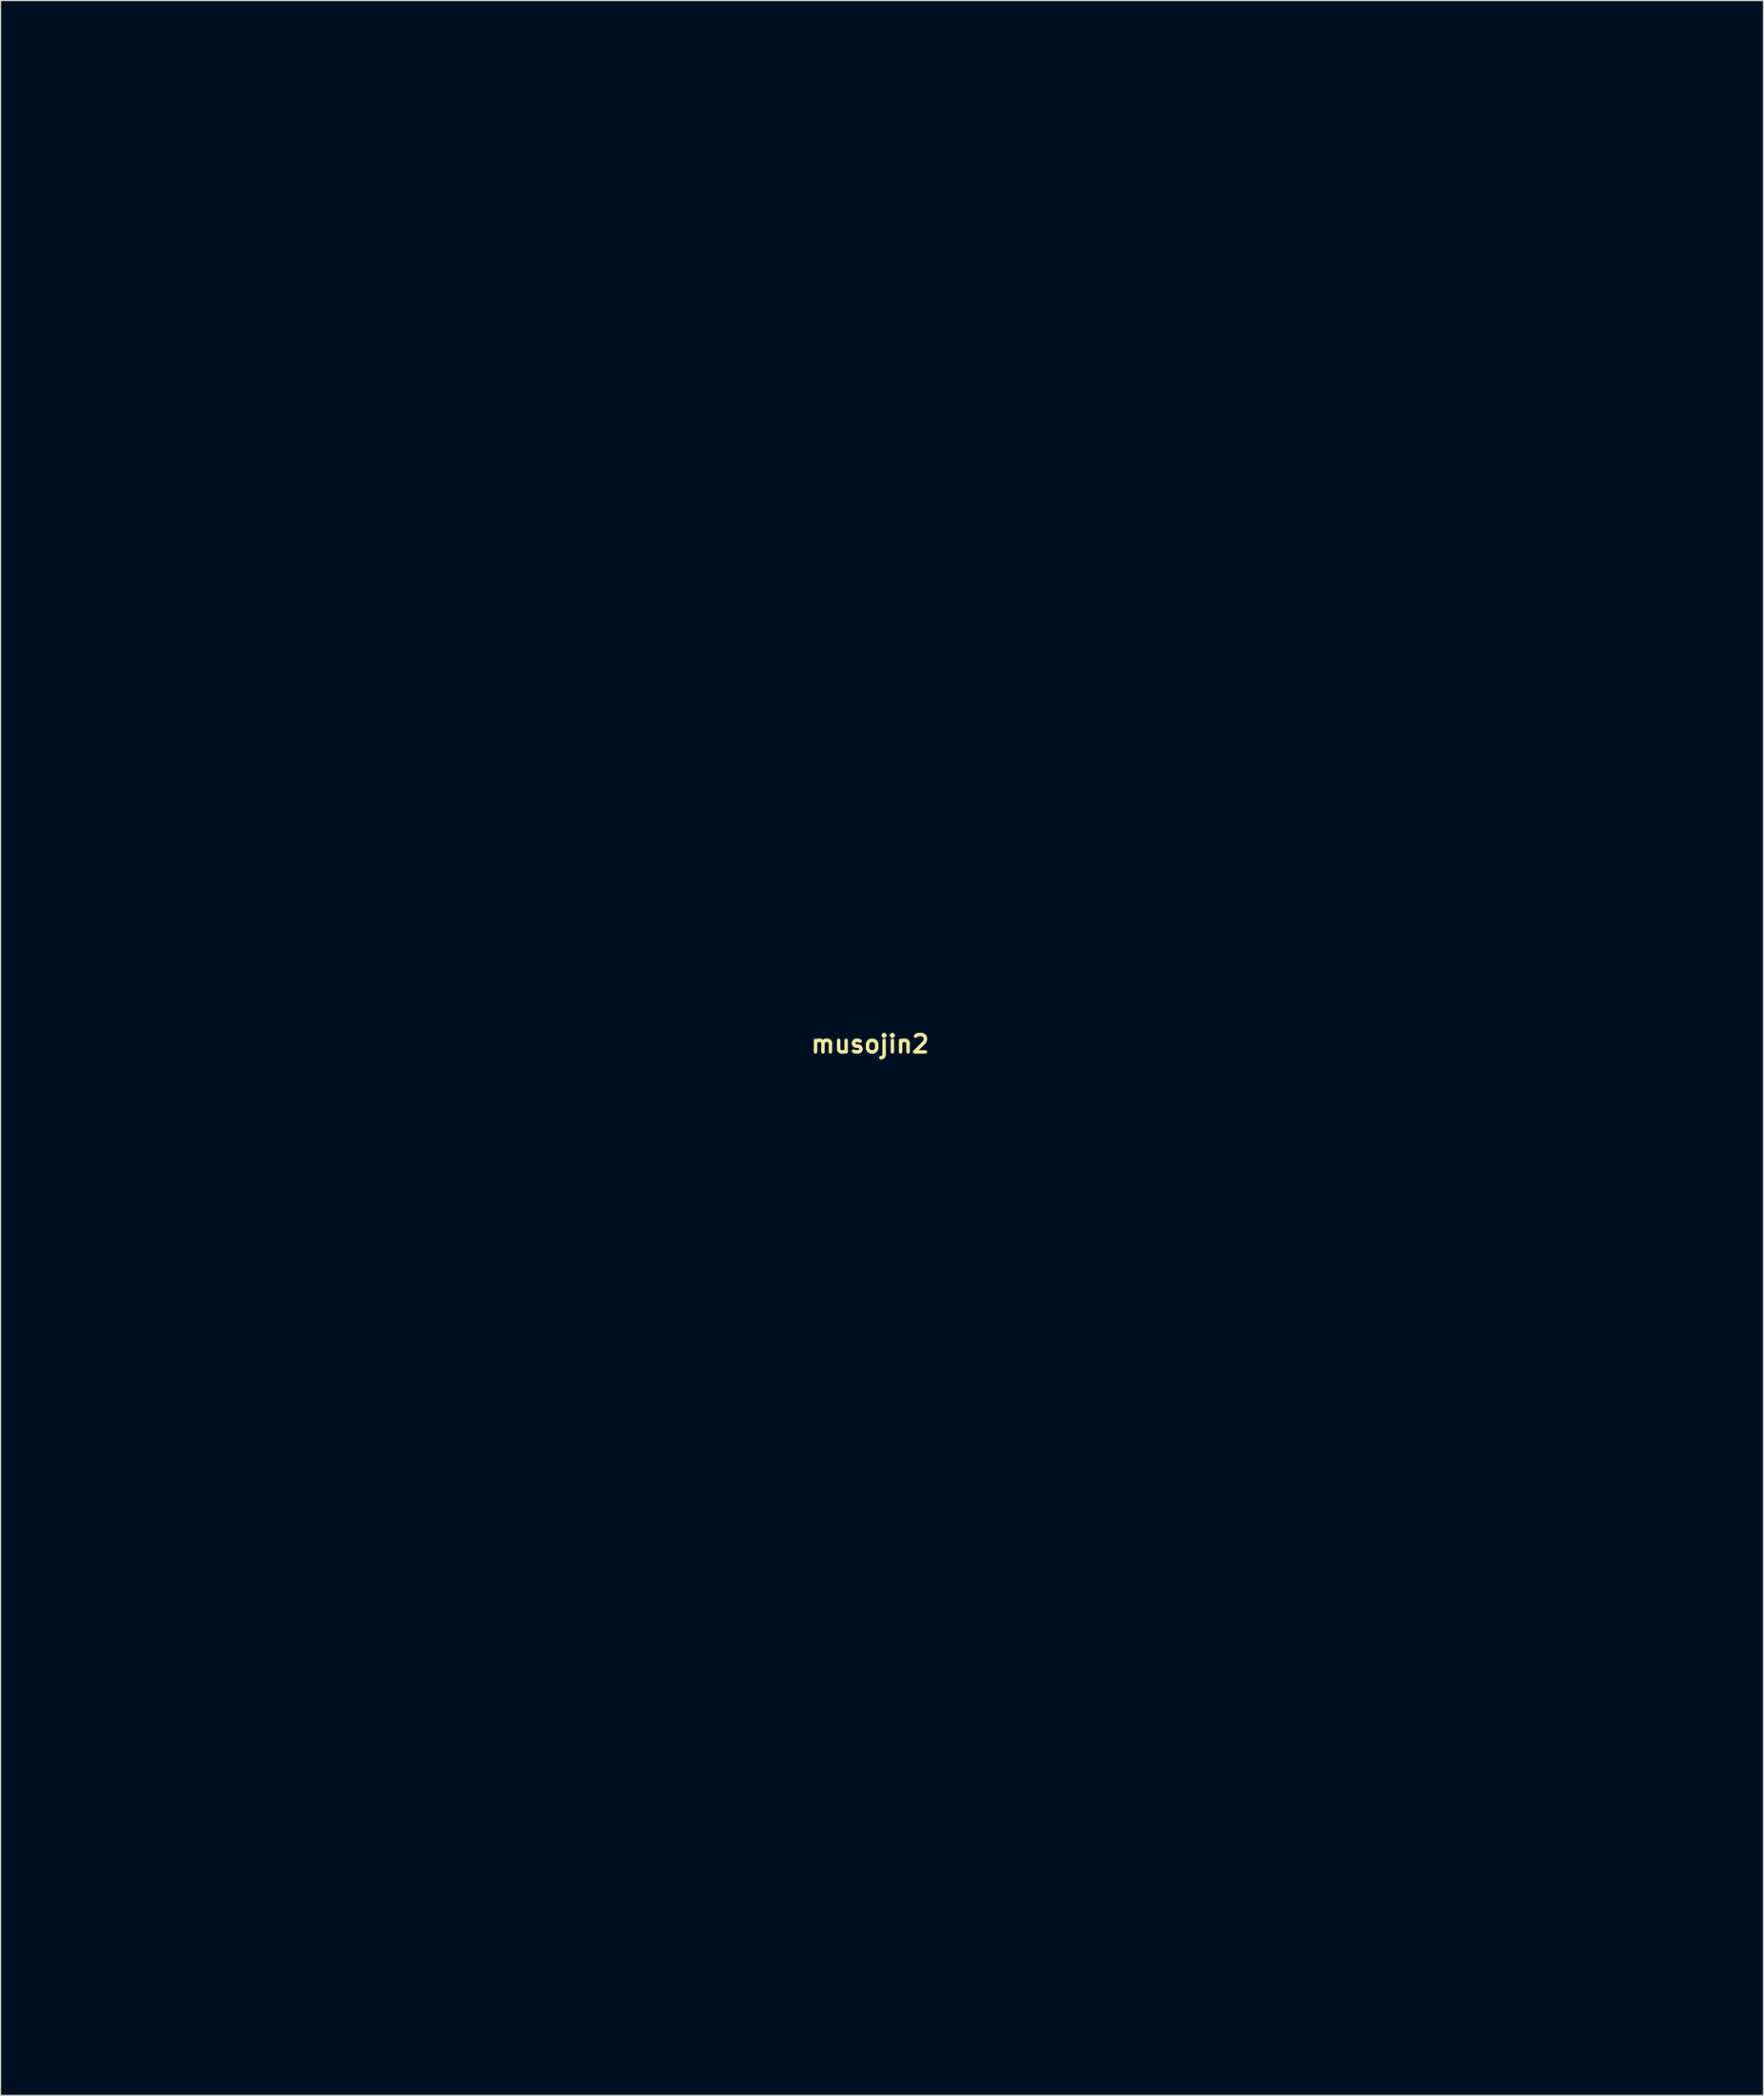
<source format=kicad_pcb>
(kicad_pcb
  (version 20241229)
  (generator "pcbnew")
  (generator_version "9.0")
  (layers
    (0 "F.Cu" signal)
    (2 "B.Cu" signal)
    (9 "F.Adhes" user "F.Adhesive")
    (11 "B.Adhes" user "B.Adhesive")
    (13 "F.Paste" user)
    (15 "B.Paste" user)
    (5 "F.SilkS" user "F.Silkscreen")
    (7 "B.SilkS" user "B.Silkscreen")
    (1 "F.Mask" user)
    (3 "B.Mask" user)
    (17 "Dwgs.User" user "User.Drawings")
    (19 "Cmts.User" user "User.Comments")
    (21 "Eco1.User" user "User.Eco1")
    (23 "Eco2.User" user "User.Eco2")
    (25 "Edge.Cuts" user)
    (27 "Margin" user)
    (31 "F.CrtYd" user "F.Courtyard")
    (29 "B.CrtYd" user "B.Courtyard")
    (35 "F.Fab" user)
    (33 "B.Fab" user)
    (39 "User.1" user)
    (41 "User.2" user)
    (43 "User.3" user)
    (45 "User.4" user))
  (footprint "musojin2"
    (layer "F.Cu")
    (at 73.397 88.638)
    (property "Reference" "musojin2" (at 0 0 0) (layer "F.SilkS") (effects (font (size 1.524 1.524) (thickness 0.3))))
    (attr through_hole)
    (fp_poly (pts (xy 56.982 80.596) (xy 57.035 81.529) (xy 57.84 81.529) (xy 58.373 81.583) (xy 58.582 81.712) (xy 58.475 81.866) (xy 58.062 81.992) (xy 57.758 82.027) (xy 57.017 82.082) (xy 57.017 83.636) (xy 57.039 84.591) (xy 57.127 85.232) (xy 57.311 85.598) (xy 57.625 85.729) (xy 58.098 85.665) (xy 58.527 85.53) (xy 58.702 85.498) (xy 58.622 85.633) (xy 58.383 85.865) (xy 57.745 86.235) (xy 57.022 86.311) (xy 56.395 86.112) (xy 56.124 85.932) (xy 55.946 85.711) (xy 55.842 85.375) (xy 55.792 84.851) (xy 55.777 84.064) (xy 55.776 83.805) (xy 55.773 82.084) (xy 55.196 82.028) (xy 54.619 81.973) (xy 55.329 81.603) (xy 56.045 81.047) (xy 56.484 80.448) (xy 56.928 79.664) (xy 56.982 80.596)) (stroke (width 0.01) (type solid)) (fill no) (layer "Eco2.User"))
    (fp_poly (pts (xy 53.184 81.723) (xy 53.674 82) (xy 53.941 82.389) (xy 53.961 82.673) (xy 53.795 83.022) (xy 53.489 83.101) (xy 53.121 82.922) (xy 52.783 82.515) (xy 52.389 82.026) (xy 52.005 81.883) (xy 51.654 82.087) (xy 51.413 82.5) (xy 51.201 83.179) (xy 51.185 83.84) (xy 51.343 84.594) (xy 51.651 85.233) (xy 52.106 85.62) (xy 52.631 85.74) (xy 53.15 85.576) (xy 53.587 85.114) (xy 53.609 85.076) (xy 53.876 84.691) (xy 54.065 84.562) (xy 54.129 84.702) (xy 54.08 84.948) (xy 53.72 85.585) (xy 53.126 86.034) (xy 52.381 86.263) (xy 51.571 86.243) (xy 51.026 86.071) (xy 50.357 85.599) (xy 49.935 84.949) (xy 49.757 84.197) (xy 49.821 83.418) (xy 50.125 82.69) (xy 50.666 82.088) (xy 51.146 81.799) (xy 51.843 81.598) (xy 52.548 81.581) (xy 53.184 81.723)) (stroke (width 0.01) (type solid)) (fill no) (layer "Eco2.User"))
    (fp_poly (pts (xy -14.978 81.597) (xy -14.174 81.847) (xy -13.524 82.317) (xy -13.086 82.977) (xy -12.918 83.799) (xy -12.918 83.838) (xy -13.08 84.644) (xy -13.52 85.335) (xy -14.168 85.869) (xy -14.956 86.207) (xy -15.814 86.309) (xy -16.673 86.135) (xy -16.8 86.082) (xy -17.533 85.577) (xy -17.979 84.874) (xy -18.117 84.071) (xy -18.099 83.939) (xy -16.67 83.939) (xy -16.621 84.435) (xy -16.411 85.17) (xy -16.068 85.676) (xy -15.641 85.921) (xy -15.18 85.872) (xy -14.815 85.595) (xy -14.574 85.115) (xy -14.462 84.431) (xy -14.476 83.672) (xy -14.615 82.965) (xy -14.85 82.474) (xy -15.303 82.042) (xy -15.74 81.928) (xy -16.128 82.097) (xy -16.433 82.512) (xy -16.625 83.138) (xy -16.67 83.939) (xy -18.099 83.939) (xy -17.987 83.134) (xy -17.589 82.423) (xy -16.911 81.918) (xy -16.818 81.874) (xy -15.879 81.596) (xy -14.978 81.597)) (stroke (width 0.01) (type solid)) (fill no) (layer "Eco2.User"))
    (fp_poly (pts (xy 62.643 81.597) (xy 63.447 81.847) (xy 64.097 82.317) (xy 64.534 82.977) (xy 64.703 83.799) (xy 64.703 83.838) (xy 64.541 84.644) (xy 64.101 85.335) (xy 63.453 85.869) (xy 62.665 86.207) (xy 61.807 86.309) (xy 60.948 86.135) (xy 60.821 86.082) (xy 60.088 85.577) (xy 59.642 84.874) (xy 59.503 84.071) (xy 59.522 83.939) (xy 60.951 83.939) (xy 61 84.435) (xy 61.21 85.17) (xy 61.553 85.676) (xy 61.98 85.921) (xy 62.441 85.872) (xy 62.806 85.595) (xy 63.047 85.115) (xy 63.159 84.431) (xy 63.145 83.672) (xy 63.006 82.965) (xy 62.771 82.474) (xy 62.318 82.042) (xy 61.881 81.928) (xy 61.493 82.097) (xy 61.188 82.512) (xy 60.996 83.138) (xy 60.951 83.939) (xy 59.522 83.939) (xy 59.634 83.134) (xy 60.032 82.423) (xy 60.71 81.918) (xy 60.803 81.874) (xy 61.742 81.596) (xy 62.643 81.597)) (stroke (width 0.01) (type solid)) (fill no) (layer "Eco2.User"))
    (fp_poly (pts (xy -18.947 81.66) (xy -18.627 81.985) (xy -18.516 82.404) (xy -18.653 82.813) (xy -18.884 83.02) (xy -19.166 83.108) (xy -19.431 82.934) (xy -19.536 82.814) (xy -19.805 82.447) (xy -19.947 82.192) (xy -20.086 82.096) (xy -20.361 82.29) (xy -20.532 82.526) (xy -20.645 82.894) (xy -20.716 83.472) (xy -20.755 84.197) (xy -20.781 84.953) (xy -20.774 85.43) (xy -20.718 85.704) (xy -20.595 85.852) (xy -20.388 85.95) (xy -20.355 85.963) (xy -20.02 86.12) (xy -19.894 86.231) (xy -20.058 86.273) (xy -20.495 86.306) (xy -21.125 86.323) (xy -21.403 86.324) (xy -22.086 86.307) (xy -22.608 86.262) (xy -22.887 86.197) (xy -22.913 86.168) (xy -22.766 86) (xy -22.577 85.923) (xy -22.366 85.789) (xy -22.241 85.471) (xy -22.171 84.883) (xy -22.171 84.881) (xy -22.13 83.781) (xy -22.177 82.902) (xy -22.308 82.281) (xy -22.515 81.959) (xy -22.582 81.929) (xy -22.891 81.799) (xy -22.881 81.673) (xy -22.59 81.576) (xy -22.055 81.53) (xy -21.936 81.529) (xy -21.372 81.544) (xy -21.078 81.611) (xy -20.97 81.759) (xy -20.959 81.884) (xy -20.915 82.173) (xy -20.854 82.239) (xy -20.656 82.14) (xy -20.318 81.9) (xy -20.297 81.884) (xy -19.85 81.629) (xy -19.438 81.529) (xy -18.947 81.66)) (stroke (width 0.01) (type solid)) (fill no) (layer "Eco2.User"))
    (fp_poly (pts (xy 13.38 81.66) (xy 13.7 81.985) (xy 13.811 82.404) (xy 13.675 82.813) (xy 13.444 83.02) (xy 13.161 83.108) (xy 12.896 82.934) (xy 12.792 82.814) (xy 12.522 82.447) (xy 12.38 82.192) (xy 12.241 82.096) (xy 11.966 82.29) (xy 11.795 82.526) (xy 11.682 82.894) (xy 11.612 83.472) (xy 11.572 84.197) (xy 11.547 84.953) (xy 11.553 85.43) (xy 11.61 85.704) (xy 11.733 85.852) (xy 11.939 85.95) (xy 11.972 85.963) (xy 12.308 86.12) (xy 12.434 86.231) (xy 12.27 86.273) (xy 11.832 86.306) (xy 11.202 86.323) (xy 10.924 86.324) (xy 10.242 86.307) (xy 9.72 86.262) (xy 9.44 86.197) (xy 9.414 86.168) (xy 9.561 86) (xy 9.751 85.923) (xy 9.962 85.789) (xy 10.086 85.471) (xy 10.156 84.883) (xy 10.156 84.881) (xy 10.197 83.781) (xy 10.15 82.902) (xy 10.02 82.281) (xy 9.812 81.959) (xy 9.745 81.929) (xy 9.437 81.799) (xy 9.446 81.673) (xy 9.737 81.576) (xy 10.273 81.53) (xy 10.391 81.529) (xy 10.955 81.544) (xy 11.25 81.611) (xy 11.357 81.759) (xy 11.368 81.884) (xy 11.412 82.173) (xy 11.473 82.239) (xy 11.672 82.14) (xy 12.009 81.9) (xy 12.03 81.884) (xy 12.478 81.629) (xy 12.889 81.529) (xy 13.38 81.66)) (stroke (width 0.01) (type solid)) (fill no) (layer "Eco2.User"))
    (fp_poly (pts (xy 69.331 81.66) (xy 69.651 81.985) (xy 69.762 82.404) (xy 69.626 82.813) (xy 69.395 83.02) (xy 69.112 83.108) (xy 68.847 82.934) (xy 68.743 82.814) (xy 68.473 82.447) (xy 68.331 82.192) (xy 68.192 82.096) (xy 67.917 82.29) (xy 67.746 82.526) (xy 67.633 82.894) (xy 67.563 83.472) (xy 67.523 84.197) (xy 67.498 84.953) (xy 67.505 85.43) (xy 67.561 85.704) (xy 67.684 85.852) (xy 67.89 85.95) (xy 67.923 85.963) (xy 68.259 86.12) (xy 68.385 86.231) (xy 68.221 86.273) (xy 67.783 86.306) (xy 67.153 86.323) (xy 66.875 86.324) (xy 66.193 86.307) (xy 65.671 86.262) (xy 65.391 86.197) (xy 65.365 86.168) (xy 65.512 86) (xy 65.702 85.923) (xy 65.913 85.789) (xy 66.037 85.471) (xy 66.107 84.883) (xy 66.107 84.881) (xy 66.148 83.781) (xy 66.101 82.902) (xy 65.971 82.281) (xy 65.763 81.959) (xy 65.696 81.929) (xy 65.388 81.799) (xy 65.397 81.673) (xy 65.688 81.576) (xy 66.224 81.53) (xy 66.342 81.529) (xy 66.907 81.544) (xy 67.201 81.611) (xy 67.308 81.759) (xy 67.319 81.884) (xy 67.363 82.173) (xy 67.424 82.239) (xy 67.623 82.14) (xy 67.96 81.9) (xy 67.981 81.884) (xy 68.429 81.629) (xy 68.84 81.529) (xy 69.331 81.66)) (stroke (width 0.01) (type solid)) (fill no) (layer "Eco2.User"))
    (fp_poly (pts (xy 17.636 81.671) (xy 18.302 82.053) (xy 18.783 82.608) (xy 19 83.267) (xy 19.006 83.387) (xy 18.994 83.599) (xy 18.913 83.732) (xy 18.696 83.803) (xy 18.274 83.832) (xy 17.579 83.838) (xy 17.385 83.838) (xy 15.764 83.838) (xy 15.878 84.406) (xy 16.129 85.043) (xy 16.553 85.529) (xy 17.064 85.777) (xy 17.216 85.791) (xy 17.676 85.698) (xy 18.195 85.471) (xy 18.255 85.436) (xy 18.716 85.17) (xy 18.926 85.105) (xy 18.925 85.239) (xy 18.839 85.415) (xy 18.521 85.725) (xy 17.973 86.015) (xy 17.322 86.231) (xy 16.691 86.323) (xy 16.649 86.324) (xy 16.092 86.227) (xy 15.536 85.994) (xy 15.518 85.984) (xy 15.052 85.633) (xy 14.686 85.25) (xy 14.675 85.234) (xy 14.459 84.681) (xy 14.399 83.965) (xy 14.49 83.282) (xy 15.866 83.282) (xy 15.943 83.426) (xy 16.229 83.477) (xy 16.699 83.483) (xy 17.29 83.448) (xy 17.608 83.328) (xy 17.709 83.188) (xy 17.704 82.778) (xy 17.488 82.331) (xy 17.152 81.999) (xy 16.947 81.921) (xy 16.522 82.024) (xy 16.155 82.411) (xy 15.918 82.994) (xy 15.866 83.282) (xy 14.49 83.282) (xy 14.495 83.244) (xy 14.682 82.772) (xy 15.158 82.242) (xy 15.836 81.809) (xy 16.563 81.558) (xy 16.863 81.529) (xy 17.636 81.671)) (stroke (width 0.01) (type solid)) (fill no) (layer "Eco2.User"))
    (fp_poly (pts (xy -37.619 -87.508) (xy -37.36 -87.349) (xy -36.916 -86.982) (xy -36.341 -86.461) (xy -35.691 -85.838) (xy -35.019 -85.168) (xy -34.381 -84.505) (xy -33.831 -83.9) (xy -33.427 -83.413) (xy -33.035 -82.899) (xy -31.66 -83.306) (xy -31.028 -83.498) (xy -30.147 -83.774) (xy -29.105 -84.105) (xy -27.99 -84.463) (xy -27.163 -84.731) (xy -25.53 -85.245) (xy -24.22 -85.616) (xy -23.229 -85.844) (xy -22.553 -85.932) (xy -22.189 -85.878) (xy -22.137 -85.829) (xy -22.217 -85.649) (xy -22.524 -85.322) (xy -22.995 -84.909) (xy -23.139 -84.795) (xy -23.888 -84.164) (xy -24.794 -83.333) (xy -25.787 -82.371) (xy -26.796 -81.35) (xy -27.751 -80.341) (xy -28.58 -79.415) (xy -29.067 -78.83) (xy -30.64 -76.956) (xy -32.138 -75.376) (xy -33.548 -74.103) (xy -34.859 -73.146) (xy -35.593 -72.728) (xy -36.219 -72.433) (xy -36.75 -72.215) (xy -37.085 -72.117) (xy -37.113 -72.115) (xy -37.339 -72.236) (xy -37.756 -72.57) (xy -38.312 -73.069) (xy -38.954 -73.689) (xy -39.199 -73.935) (xy -40.488 -75.327) (xy -41.474 -76.569) (xy -42.167 -77.678) (xy -42.578 -78.67) (xy -42.627 -78.855) (xy -42.736 -79.452) (xy -42.724 -79.979) (xy -42.584 -80.617) (xy -42.543 -80.764) (xy -42.027 -82.155) (xy -41.257 -83.58) (xy -40.21 -85.076) (xy -38.956 -86.58) (xy -38.456 -87.115) (xy -38.103 -87.414) (xy -37.83 -87.524) (xy -37.619 -87.508)) (stroke (width 0.01) (type solid)) (fill no) (layer "Eco2.User"))
    (fp_poly (pts (xy 22.446 81.569) (xy 23.056 81.709) (xy 23.523 81.971) (xy 23.665 82.133) (xy 23.727 82.392) (xy 23.773 82.908) (xy 23.797 83.582) (xy 23.799 83.779) (xy 23.815 84.666) (xy 23.869 85.254) (xy 23.977 85.6) (xy 24.154 85.76) (xy 24.353 85.792) (xy 24.631 85.865) (xy 24.69 85.958) (xy 24.532 86.106) (xy 24.138 86.213) (xy 23.624 86.267) (xy 23.108 86.258) (xy 22.706 86.175) (xy 22.655 86.151) (xy 22.212 86.025) (xy 21.881 86.129) (xy 21.194 86.314) (xy 20.512 86.177) (xy 20.288 86.048) (xy 19.969 85.648) (xy 19.894 85.173) (xy 19.932 84.986) (xy 21.129 84.986) (xy 21.207 85.54) (xy 21.444 85.761) (xy 21.809 85.75) (xy 22.177 85.521) (xy 22.282 85.397) (xy 22.458 84.968) (xy 22.553 84.392) (xy 22.558 84.24) (xy 22.558 83.477) (xy 21.892 83.897) (xy 21.355 84.395) (xy 21.129 84.986) (xy 19.932 84.986) (xy 19.998 84.658) (xy 20.34 84.229) (xy 20.962 83.844) (xy 21.568 83.586) (xy 22.155 83.294) (xy 22.449 82.96) (xy 22.489 82.844) (xy 22.488 82.349) (xy 22.264 82.023) (xy 21.916 81.906) (xy 21.544 82.034) (xy 21.278 82.372) (xy 20.981 82.737) (xy 20.614 82.881) (xy 20.287 82.795) (xy 20.105 82.472) (xy 20.103 82.457) (xy 20.205 82.093) (xy 20.572 81.815) (xy 21.122 81.63) (xy 21.774 81.545) (xy 22.446 81.569)) (stroke (width 0.01) (type solid)) (fill no) (layer "Eco2.User"))
    (fp_poly (pts (xy 46.78 81.569) (xy 47.391 81.709) (xy 47.858 81.971) (xy 48 82.133) (xy 48.061 82.392) (xy 48.107 82.908) (xy 48.131 83.582) (xy 48.133 83.779) (xy 48.149 84.666) (xy 48.203 85.254) (xy 48.311 85.6) (xy 48.488 85.76) (xy 48.688 85.792) (xy 48.966 85.865) (xy 49.024 85.958) (xy 48.866 86.106) (xy 48.472 86.213) (xy 47.958 86.267) (xy 47.442 86.258) (xy 47.04 86.175) (xy 46.989 86.151) (xy 46.546 86.025) (xy 46.216 86.129) (xy 45.528 86.314) (xy 44.847 86.177) (xy 44.623 86.048) (xy 44.303 85.648) (xy 44.228 85.173) (xy 44.266 84.986) (xy 45.463 84.986) (xy 45.541 85.54) (xy 45.779 85.761) (xy 46.144 85.75) (xy 46.512 85.521) (xy 46.616 85.397) (xy 46.792 84.968) (xy 46.887 84.392) (xy 46.892 84.24) (xy 46.892 83.477) (xy 46.226 83.897) (xy 45.689 84.395) (xy 45.463 84.986) (xy 44.266 84.986) (xy 44.332 84.658) (xy 44.674 84.229) (xy 45.297 83.844) (xy 45.903 83.586) (xy 46.489 83.294) (xy 46.783 82.96) (xy 46.824 82.844) (xy 46.822 82.349) (xy 46.598 82.023) (xy 46.25 81.906) (xy 45.878 82.034) (xy 45.612 82.372) (xy 45.315 82.737) (xy 44.949 82.881) (xy 44.621 82.795) (xy 44.439 82.472) (xy 44.437 82.457) (xy 44.539 82.093) (xy 44.906 81.815) (xy 45.457 81.63) (xy 46.109 81.545) (xy 46.78 81.569)) (stroke (width 0.01) (type solid)) (fill no) (layer "Eco2.User"))
    (fp_poly (pts (xy 3.072 78.892) (xy 3.242 78.896) (xy 4.5 78.942) (xy 5.467 79.024) (xy 6.207 79.161) (xy 6.784 79.37) (xy 7.261 79.668) (xy 7.702 80.074) (xy 7.763 80.137) (xy 8.364 81.023) (xy 8.668 82.016) (xy 8.684 83.046) (xy 8.422 84.042) (xy 7.89 84.934) (xy 7.099 85.65) (xy 7.017 85.703) (xy 6.687 85.901) (xy 6.393 86.043) (xy 6.068 86.142) (xy 5.646 86.206) (xy 5.062 86.246) (xy 4.248 86.274) (xy 3.256 86.295) (xy 2.043 86.311) (xy 1.168 86.299) (xy 0.616 86.259) (xy 0.371 86.191) (xy 0.355 86.162) (xy 0.503 86.002) (xy 0.689 85.969) (xy 0.96 85.922) (xy 1.161 85.748) (xy 1.306 85.4) (xy 1.41 84.83) (xy 1.486 83.99) (xy 1.502 83.704) (xy 3.227 83.704) (xy 3.245 84.677) (xy 3.29 85.329) (xy 3.365 85.677) (xy 3.392 85.724) (xy 3.765 85.924) (xy 4.326 85.958) (xy 4.955 85.834) (xy 5.524 85.566) (xy 6.165 84.974) (xy 6.563 84.195) (xy 6.737 83.182) (xy 6.749 82.765) (xy 6.628 81.591) (xy 6.278 80.632) (xy 5.72 79.915) (xy 4.975 79.468) (xy 4.132 79.32) (xy 3.286 79.308) (xy 3.237 82.393) (xy 3.227 83.704) (xy 1.502 83.704) (xy 1.536 83.098) (xy 1.584 81.832) (xy 1.586 80.876) (xy 1.536 80.188) (xy 1.427 79.724) (xy 1.253 79.443) (xy 1.008 79.301) (xy 0.969 79.291) (xy 0.64 79.148) (xy 0.533 79.007) (xy 0.705 78.94) (xy 1.205 78.897) (xy 2.003 78.881) (xy 3.072 78.892)) (stroke (width 0.01) (type solid)) (fill no) (layer "Eco2.User"))
    (fp_poly (pts (xy 74.986 81.543) (xy 75.372 81.582) (xy 75.49 81.626) (xy 75.37 81.798) (xy 75.078 82.085) (xy 75.045 82.114) (xy 74.745 82.518) (xy 74.379 83.255) (xy 73.951 84.313) (xy 73.799 84.726) (xy 73.457 85.65) (xy 73.112 86.541) (xy 72.803 87.298) (xy 72.571 87.823) (xy 72.564 87.836) (xy 72.108 88.543) (xy 71.563 89.043) (xy 70.99 89.311) (xy 70.448 89.323) (xy 69.997 89.055) (xy 69.886 88.912) (xy 69.704 88.507) (xy 69.782 88.145) (xy 69.799 88.113) (xy 70.119 87.801) (xy 70.517 87.796) (xy 70.906 88.092) (xy 70.976 88.19) (xy 71.229 88.506) (xy 71.418 88.634) (xy 71.638 88.487) (xy 71.92 88.12) (xy 72.196 87.647) (xy 72.4 87.179) (xy 72.468 86.861) (xy 72.392 86.483) (xy 72.19 85.878) (xy 71.897 85.127) (xy 71.549 84.311) (xy 71.182 83.512) (xy 70.832 82.81) (xy 70.534 82.286) (xy 70.338 82.033) (xy 70.072 81.776) (xy 69.983 81.633) (xy 70.147 81.586) (xy 70.583 81.551) (xy 71.209 81.533) (xy 71.449 81.533) (xy 72.161 81.538) (xy 72.569 81.559) (xy 72.724 81.611) (xy 72.677 81.71) (xy 72.504 81.852) (xy 72.094 82.167) (xy 72.534 83.379) (xy 72.774 83.999) (xy 72.99 84.491) (xy 73.138 84.754) (xy 73.145 84.761) (xy 73.295 84.709) (xy 73.501 84.328) (xy 73.692 83.818) (xy 73.942 83.01) (xy 74.045 82.469) (xy 74.001 82.141) (xy 73.811 81.968) (xy 73.713 81.935) (xy 73.389 81.803) (xy 73.386 81.679) (xy 73.671 81.582) (xy 74.212 81.532) (xy 74.424 81.529) (xy 74.986 81.543)) (stroke (width 0.01) (type solid)) (fill no) (layer "Eco2.User"))
    (fp_poly (pts (xy -23.027 79.53) (xy -22.926 80.225) (xy -22.919 80.598) (xy -23.021 80.676) (xy -23.247 80.484) (xy -23.456 80.241) (xy -24.193 79.612) (xy -25.109 79.285) (xy -26.022 79.25) (xy -26.732 79.308) (xy -26.784 80.774) (xy -26.803 81.493) (xy -26.79 81.928) (xy -26.727 82.15) (xy -26.599 82.23) (xy -26.461 82.239) (xy -25.806 82.078) (xy -25.309 81.604) (xy -25.145 81.299) (xy -25.029 81.054) (xy -24.956 80.99) (xy -24.913 81.15) (xy -24.892 81.576) (xy -24.882 82.311) (xy -24.882 82.383) (xy -24.892 83.214) (xy -24.938 83.737) (xy -25.019 83.932) (xy -25.045 83.927) (xy -25.208 83.67) (xy -25.222 83.561) (xy -25.374 83.181) (xy -25.742 82.83) (xy -26.197 82.617) (xy -26.377 82.594) (xy -26.637 82.623) (xy -26.773 82.769) (xy -26.831 83.119) (xy -26.848 83.527) (xy -26.854 84.525) (xy -26.793 85.221) (xy -26.65 85.661) (xy -26.407 85.894) (xy -26.047 85.969) (xy -26 85.969) (xy -25.677 86.033) (xy -25.578 86.147) (xy -25.748 86.226) (xy -26.229 86.284) (xy -26.978 86.316) (xy -27.576 86.322) (xy -28.429 86.316) (xy -28.97 86.297) (xy -29.241 86.259) (xy -29.284 86.196) (xy -29.143 86.101) (xy -29.132 86.096) (xy -28.874 85.898) (xy -28.686 85.57) (xy -28.557 85.064) (xy -28.478 84.33) (xy -28.44 83.32) (xy -28.432 82.594) (xy -28.437 81.438) (xy -28.473 80.587) (xy -28.549 79.995) (xy -28.676 79.612) (xy -28.865 79.391) (xy -29.125 79.283) (xy -29.155 79.277) (xy -29.592 79.162) (xy -29.684 79.064) (xy -29.438 78.984) (xy -28.866 78.923) (xy -27.975 78.883) (xy -26.774 78.865) (xy -26.4 78.864) (xy -23.137 78.864) (xy -23.027 79.53)) (stroke (width 0.01) (type solid)) (fill no) (layer "Eco2.User"))
    (fp_poly (pts (xy 44.114 79.53) (xy 44.215 80.225) (xy 44.222 80.598) (xy 44.121 80.676) (xy 43.894 80.484) (xy 43.686 80.241) (xy 42.948 79.612) (xy 42.032 79.285) (xy 41.12 79.25) (xy 40.409 79.308) (xy 40.358 80.774) (xy 40.338 81.493) (xy 40.352 81.928) (xy 40.415 82.15) (xy 40.542 82.23) (xy 40.68 82.239) (xy 41.335 82.078) (xy 41.832 81.604) (xy 41.996 81.299) (xy 42.112 81.054) (xy 42.186 80.99) (xy 42.228 81.15) (xy 42.249 81.576) (xy 42.259 82.311) (xy 42.26 82.383) (xy 42.249 83.214) (xy 42.203 83.737) (xy 42.122 83.932) (xy 42.097 83.927) (xy 41.933 83.67) (xy 41.919 83.561) (xy 41.767 83.181) (xy 41.399 82.83) (xy 40.944 82.617) (xy 40.764 82.594) (xy 40.504 82.623) (xy 40.368 82.769) (xy 40.311 83.119) (xy 40.293 83.527) (xy 40.288 84.525) (xy 40.348 85.221) (xy 40.491 85.661) (xy 40.734 85.894) (xy 41.094 85.969) (xy 41.141 85.969) (xy 41.465 86.033) (xy 41.564 86.147) (xy 41.394 86.226) (xy 40.912 86.284) (xy 40.163 86.316) (xy 39.565 86.322) (xy 38.712 86.316) (xy 38.171 86.297) (xy 37.9 86.259) (xy 37.857 86.196) (xy 37.999 86.101) (xy 38.009 86.096) (xy 38.267 85.898) (xy 38.456 85.57) (xy 38.584 85.064) (xy 38.663 84.33) (xy 38.702 83.32) (xy 38.709 82.594) (xy 38.704 81.438) (xy 38.668 80.587) (xy 38.592 79.995) (xy 38.465 79.612) (xy 38.277 79.391) (xy 38.016 79.283) (xy 37.986 79.277) (xy 37.549 79.162) (xy 37.458 79.064) (xy 37.703 78.984) (xy 38.276 78.923) (xy 39.167 78.883) (xy 40.367 78.865) (xy 40.741 78.864) (xy 44.004 78.864) (xy 44.114 79.53)) (stroke (width 0.01) (type solid)) (fill no) (layer "Eco2.User"))
    (fp_poly (pts (xy 59.283 -23.292) (xy 59.245 -22.909) (xy 59.223 -22.78) (xy 59.088 -22.421) (xy 58.766 -21.787) (xy 58.268 -20.898) (xy 57.608 -19.774) (xy 56.797 -18.434) (xy 55.847 -16.897) (xy 54.77 -15.185) (xy 53.577 -13.316) (xy 52.491 -11.634) (xy 51.856 -10.62) (xy 51.209 -9.53) (xy 50.614 -8.474) (xy 50.133 -7.561) (xy 49.998 -7.283) (xy 48.89 -4.997) (xy 47.638 -2.523) (xy 46.298 0.037) (xy 44.924 2.582) (xy 43.57 5.008) (xy 42.29 7.213) (xy 42.216 7.339) (xy 41.704 8.211) (xy 41.231 9.04) (xy 40.842 9.748) (xy 40.578 10.256) (xy 40.526 10.368) (xy 39.89 11.432) (xy 39.04 12.291) (xy 38.338 12.737) (xy 37.611 13.07) (xy 37.08 13.216) (xy 36.639 13.173) (xy 36.181 12.942) (xy 35.864 12.719) (xy 34.43 11.507) (xy 33.348 10.251) (xy 32.616 8.948) (xy 32.232 7.596) (xy 32.178 7.073) (xy 32.158 6.635) (xy 32.169 6.267) (xy 32.229 5.905) (xy 32.361 5.487) (xy 32.584 4.95) (xy 32.919 4.23) (xy 33.387 3.264) (xy 33.48 3.073) (xy 33.949 2.103) (xy 34.38 1.191) (xy 34.742 0.407) (xy 35.002 -0.179) (xy 35.11 -0.444) (xy 35.335 -1.169) (xy 35.583 -2.163) (xy 35.846 -3.374) (xy 36.117 -4.75) (xy 36.387 -6.241) (xy 36.648 -7.794) (xy 36.893 -9.358) (xy 37.112 -10.882) (xy 37.299 -12.314) (xy 37.444 -13.603) (xy 37.541 -14.698) (xy 37.58 -15.546) (xy 37.556 -16.087) (xy 37.529 -16.673) (xy 37.676 -16.954) (xy 38.008 -16.936) (xy 38.348 -16.754) (xy 39.784 -15.807) (xy 40.962 -14.964) (xy 41.941 -14.17) (xy 42.779 -13.368) (xy 43.537 -12.503) (xy 44.271 -11.519) (xy 44.988 -10.445) (xy 45.431 -9.767) (xy 45.805 -9.215) (xy 46.07 -8.85) (xy 46.182 -8.729) (xy 46.355 -8.863) (xy 46.734 -9.238) (xy 47.295 -9.828) (xy 48.011 -10.603) (xy 48.859 -11.535) (xy 49.813 -12.597) (xy 50.848 -13.761) (xy 51.939 -14.997) (xy 53.061 -16.279) (xy 54.19 -17.578) (xy 55.3 -18.865) (xy 56.366 -20.114) (xy 57.342 -21.27) (xy 57.965 -22.007) (xy 58.507 -22.637) (xy 58.929 -23.114) (xy 59.19 -23.393) (xy 59.254 -23.446) (xy 59.283 -23.292)) (stroke (width 0.01) (type solid)) (fill no) (layer "Eco2.User"))
    (fp_poly (pts (xy -10.388 -88.586) (xy -9.81 -88.454) (xy -9.029 -88.256) (xy -8.112 -88.007) (xy -7.529 -87.842) (xy -6.448 -87.525) (xy -5.635 -87.264) (xy -5.013 -87.027) (xy -4.506 -86.781) (xy -4.038 -86.493) (xy -3.563 -86.155) (xy -2.876 -85.603) (xy -2.09 -84.906) (xy -1.34 -84.185) (xy -1.098 -83.936) (xy -0.212 -82.896) (xy 0.349 -81.97) (xy 0.589 -81.136) (xy 0.511 -80.369) (xy 0.119 -79.647) (xy -0.409 -79.096) (xy -0.731 -78.833) (xy -1.127 -78.546) (xy -1.632 -78.218) (xy -2.278 -77.829) (xy -3.099 -77.359) (xy -4.129 -76.789) (xy -5.399 -76.101) (xy -6.944 -75.273) (xy -7.371 -75.045) (xy -8.445 -74.473) (xy -9.409 -73.957) (xy -10.223 -73.521) (xy -10.842 -73.187) (xy -11.224 -72.979) (xy -11.33 -72.918) (xy -11.192 -72.837) (xy -10.778 -72.64) (xy -10.138 -72.351) (xy -9.324 -71.993) (xy -8.488 -71.632) (xy -5.595 -70.392) (xy -5.374 -69.522) (xy -5.26 -68.978) (xy -5.217 -68.565) (xy -5.23 -68.441) (xy -5.435 -68.291) (xy -5.936 -68.072) (xy -6.682 -67.8) (xy -7.625 -67.491) (xy -8.713 -67.161) (xy -9.898 -66.826) (xy -11.13 -66.502) (xy -11.812 -66.333) (xy -13.511 -65.951) (xy -15.371 -65.582) (xy -17.356 -65.229) (xy -19.429 -64.897) (xy -21.554 -64.589) (xy -23.693 -64.309) (xy -25.81 -64.061) (xy -27.869 -63.848) (xy -29.833 -63.675) (xy -31.664 -63.546) (xy -33.327 -63.463) (xy -34.785 -63.431) (xy -36.001 -63.454) (xy -36.938 -63.535) (xy -37.524 -63.665) (xy -38.361 -64.086) (xy -38.907 -64.67) (xy -39.192 -65.464) (xy -39.255 -66.238) (xy -39.233 -66.725) (xy -39.144 -67.138) (xy -38.954 -67.503) (xy -38.627 -67.845) (xy -38.13 -68.19) (xy -37.427 -68.563) (xy -36.484 -68.989) (xy -35.266 -69.494) (xy -34.24 -69.904) (xy -32.439 -70.647) (xy -30.525 -71.487) (xy -28.566 -72.392) (xy -26.631 -73.327) (xy -24.787 -74.259) (xy -23.104 -75.154) (xy -21.65 -75.98) (xy -20.99 -76.382) (xy -19.06 -77.656) (xy -17.187 -79.015) (xy -15.458 -80.393) (xy -13.963 -81.72) (xy -13.795 -81.88) (xy -12.227 -83.397) (xy -13.307 -84.505) (xy -13.911 -85.072) (xy -14.54 -85.579) (xy -15.077 -85.932) (xy -15.173 -85.981) (xy -15.655 -86.25) (xy -15.988 -86.514) (xy -16.06 -86.617) (xy -16.053 -87.048) (xy -15.761 -87.469) (xy -15.422 -87.702) (xy -15.083 -87.817) (xy -14.485 -87.967) (xy -13.719 -88.136) (xy -12.877 -88.304) (xy -12.05 -88.454) (xy -11.331 -88.569) (xy -10.812 -88.628) (xy -10.693 -88.633) (xy -10.388 -88.586)) (stroke (width 0.01) (type solid)) (fill no) (layer "Eco2.User"))
    (fp_poly (pts (xy -10.417 81.542) (xy -10.096 81.599) (xy -9.966 81.727) (xy -9.947 81.884) (xy -9.89 82.185) (xy -9.695 82.186) (xy -9.397 81.958) (xy -8.862 81.668) (xy -8.206 81.57) (xy -7.585 81.675) (xy -7.3 81.834) (xy -7.009 82.043) (xy -6.768 82.078) (xy -6.423 81.942) (xy -6.243 81.852) (xy -5.461 81.58) (xy -4.744 81.564) (xy -4.175 81.804) (xy -4.085 81.884) (xy -3.91 82.11) (xy -3.803 82.418) (xy -3.748 82.891) (xy -3.731 83.614) (xy -3.73 83.823) (xy -3.716 84.754) (xy -3.668 85.382) (xy -3.573 85.759) (xy -3.421 85.936) (xy -3.267 85.969) (xy -3.043 86.071) (xy -3.02 86.147) (xy -3.185 86.236) (xy -3.632 86.299) (xy -4.289 86.324) (xy -4.352 86.324) (xy -5.059 86.298) (xy -5.517 86.226) (xy -5.698 86.122) (xy -5.57 85.998) (xy -5.322 85.916) (xy -5.156 85.848) (xy -5.054 85.702) (xy -5.003 85.409) (xy -4.993 84.901) (xy -5.011 84.109) (xy -5.011 84.094) (xy -5.047 83.261) (xy -5.103 82.714) (xy -5.192 82.384) (xy -5.329 82.202) (xy -5.375 82.169) (xy -5.708 82.072) (xy -6.124 82.218) (xy -6.174 82.246) (xy -6.43 82.422) (xy -6.592 82.661) (xy -6.698 83.054) (xy -6.782 83.692) (xy -6.798 83.844) (xy -6.847 84.851) (xy -6.756 85.539) (xy -6.525 85.905) (xy -6.309 85.969) (xy -6.071 86.064) (xy -6.039 86.147) (xy -6.204 86.236) (xy -6.652 86.299) (xy -7.309 86.324) (xy -7.371 86.324) (xy -8.108 86.297) (xy -8.564 86.219) (xy -8.718 86.101) (xy -8.546 85.951) (xy -8.437 85.905) (xy -8.311 85.785) (xy -8.23 85.503) (xy -8.186 84.998) (xy -8.171 84.21) (xy -8.171 84.015) (xy -8.188 83.097) (xy -8.256 82.492) (xy -8.395 82.158) (xy -8.63 82.053) (xy -8.982 82.136) (xy -9.148 82.207) (xy -9.534 82.575) (xy -9.797 83.257) (xy -9.93 84.233) (xy -9.946 84.787) (xy -9.929 85.385) (xy -9.86 85.718) (xy -9.708 85.876) (xy -9.592 85.918) (xy -9.261 86.047) (xy -9.256 86.165) (xy -9.546 86.258) (xy -10.102 86.314) (xy -10.569 86.324) (xy -11.24 86.302) (xy -11.708 86.243) (xy -11.899 86.155) (xy -11.901 86.147) (xy -11.757 85.988) (xy -11.642 85.969) (xy -11.414 85.797) (xy -11.27 85.284) (xy -11.21 84.434) (xy -11.225 83.483) (xy -11.264 82.789) (xy -11.33 82.366) (xy -11.448 82.128) (xy -11.643 81.991) (xy -11.679 81.975) (xy -12.019 81.777) (xy -12.01 81.637) (xy -11.651 81.554) (xy -11.013 81.529) (xy -10.417 81.542)) (stroke (width 0.01) (type solid)) (fill no) (layer "Eco2.User"))
    (fp_poly (pts (xy 26.706 81.542) (xy 27.027 81.599) (xy 27.157 81.727) (xy 27.176 81.884) (xy 27.233 82.185) (xy 27.428 82.186) (xy 27.726 81.958) (xy 28.261 81.668) (xy 28.917 81.57) (xy 29.538 81.675) (xy 29.824 81.834) (xy 30.114 82.043) (xy 30.355 82.078) (xy 30.701 81.942) (xy 30.88 81.852) (xy 31.662 81.58) (xy 32.379 81.564) (xy 32.948 81.804) (xy 33.038 81.884) (xy 33.213 82.11) (xy 33.32 82.418) (xy 33.375 82.891) (xy 33.393 83.614) (xy 33.393 83.823) (xy 33.407 84.754) (xy 33.455 85.382) (xy 33.55 85.759) (xy 33.702 85.936) (xy 33.856 85.969) (xy 34.08 86.071) (xy 34.103 86.147) (xy 33.938 86.236) (xy 33.491 86.299) (xy 32.834 86.324) (xy 32.771 86.324) (xy 32.064 86.298) (xy 31.606 86.226) (xy 31.425 86.122) (xy 31.553 85.998) (xy 31.801 85.916) (xy 31.967 85.848) (xy 32.069 85.702) (xy 32.12 85.409) (xy 32.13 84.901) (xy 32.112 84.109) (xy 32.112 84.094) (xy 32.076 83.261) (xy 32.02 82.714) (xy 31.931 82.384) (xy 31.794 82.202) (xy 31.748 82.169) (xy 31.415 82.072) (xy 30.999 82.218) (xy 30.949 82.246) (xy 30.693 82.422) (xy 30.531 82.661) (xy 30.425 83.054) (xy 30.341 83.692) (xy 30.325 83.844) (xy 30.276 84.851) (xy 30.367 85.539) (xy 30.598 85.905) (xy 30.814 85.969) (xy 31.052 86.064) (xy 31.084 86.147) (xy 30.919 86.236) (xy 30.471 86.299) (xy 29.814 86.324) (xy 29.752 86.324) (xy 29.015 86.297) (xy 28.559 86.219) (xy 28.405 86.101) (xy 28.578 85.951) (xy 28.686 85.905) (xy 28.812 85.785) (xy 28.893 85.503) (xy 28.937 84.998) (xy 28.952 84.21) (xy 28.952 84.015) (xy 28.935 83.097) (xy 28.868 82.492) (xy 28.728 82.158) (xy 28.493 82.053) (xy 28.141 82.136) (xy 27.975 82.207) (xy 27.589 82.575) (xy 27.326 83.257) (xy 27.193 84.233) (xy 27.177 84.787) (xy 27.194 85.385) (xy 27.264 85.718) (xy 27.415 85.876) (xy 27.531 85.918) (xy 27.862 86.047) (xy 27.867 86.165) (xy 27.577 86.258) (xy 27.021 86.314) (xy 26.555 86.324) (xy 25.883 86.302) (xy 25.415 86.243) (xy 25.224 86.155) (xy 25.222 86.147) (xy 25.366 85.988) (xy 25.481 85.969) (xy 25.709 85.797) (xy 25.853 85.284) (xy 25.913 84.434) (xy 25.898 83.483) (xy 25.859 82.789) (xy 25.793 82.366) (xy 25.675 82.128) (xy 25.481 81.991) (xy 25.444 81.975) (xy 25.104 81.777) (xy 25.113 81.637) (xy 25.472 81.554) (xy 26.11 81.529) (xy 26.706 81.542)) (stroke (width 0.01) (type solid)) (fill no) (layer "Eco2.User"))
    (fp_poly (pts (xy 61.454 -26.637) (xy 62.31 -26.611) (xy 62.77 -26.594) (xy 64.778 -26.444) (xy 66.489 -26.149) (xy 67.937 -25.698) (xy 69.155 -25.08) (xy 70.174 -24.285) (xy 70.229 -24.232) (xy 70.901 -23.462) (xy 71.34 -22.646) (xy 71.581 -21.693) (xy 71.656 -20.511) (xy 71.656 -20.338) (xy 71.64 -19.767) (xy 71.596 -19.222) (xy 71.512 -18.663) (xy 71.375 -18.047) (xy 71.172 -17.334) (xy 70.892 -16.482) (xy 70.522 -15.449) (xy 70.049 -14.195) (xy 69.461 -12.677) (xy 69.061 -11.655) (xy 68.44 -10.062) (xy 67.93 -8.73) (xy 67.511 -7.592) (xy 67.159 -6.58) (xy 66.852 -5.627) (xy 66.568 -4.665) (xy 66.284 -3.627) (xy 65.979 -2.445) (xy 65.899 -2.131) (xy 65.656 -1.093) (xy 65.371 0.252) (xy 65.051 1.859) (xy 64.704 3.683) (xy 64.338 5.679) (xy 63.961 7.802) (xy 63.58 10.008) (xy 63.203 12.25) (xy 62.838 14.485) (xy 62.493 16.667) (xy 62.175 18.751) (xy 61.891 20.693) (xy 61.651 22.448) (xy 61.556 23.18) (xy 61.471 23.925) (xy 61.364 24.965) (xy 61.24 26.241) (xy 61.105 27.692) (xy 60.964 29.26) (xy 60.822 30.886) (xy 60.685 32.509) (xy 60.557 34.07) (xy 60.443 35.51) (xy 60.35 36.77) (xy 60.301 37.478) (xy 60.176 39.019) (xy 60.012 40.273) (xy 59.794 41.308) (xy 59.506 42.191) (xy 59.13 42.99) (xy 58.873 43.429) (xy 58.015 44.553) (xy 56.975 45.444) (xy 55.726 46.111) (xy 54.243 46.566) (xy 52.502 46.82) (xy 50.8 46.885) (xy 49.806 46.876) (xy 49.077 46.84) (xy 48.521 46.768) (xy 48.047 46.647) (xy 47.599 46.48) (xy 46.11 45.684) (xy 44.67 44.542) (xy 43.278 43.051) (xy 41.934 41.212) (xy 40.637 39.023) (xy 39.386 36.484) (xy 38.181 33.594) (xy 37.187 30.847) (xy 36.757 29.475) (xy 36.501 28.409) (xy 36.421 27.649) (xy 36.515 27.196) (xy 36.659 27.071) (xy 36.882 27.14) (xy 37.333 27.398) (xy 37.96 27.812) (xy 38.713 28.349) (xy 39.101 28.639) (xy 40.986 30.015) (xy 42.685 31.139) (xy 44.236 32.033) (xy 45.682 32.718) (xy 47.062 33.217) (xy 48.192 33.505) (xy 49.319 33.669) (xy 50.209 33.627) (xy 50.923 33.368) (xy 51.439 32.967) (xy 51.597 32.811) (xy 51.727 32.665) (xy 51.837 32.493) (xy 51.937 32.258) (xy 52.033 31.921) (xy 52.136 31.445) (xy 52.253 30.792) (xy 52.392 29.926) (xy 52.562 28.809) (xy 52.772 27.403) (xy 52.938 26.288) (xy 53.279 24.005) (xy 53.576 22.036) (xy 53.836 20.342) (xy 54.066 18.885) (xy 54.271 17.628) (xy 54.46 16.531) (xy 54.638 15.557) (xy 54.813 14.668) (xy 54.989 13.825) (xy 55.175 12.991) (xy 55.377 12.127) (xy 55.431 11.901) (xy 56.009 9.487) (xy 56.514 7.382) (xy 56.955 5.546) (xy 57.341 3.941) (xy 57.68 2.53) (xy 57.983 1.275) (xy 58.258 0.138) (xy 58.515 -0.92) (xy 58.637 -1.421) (xy 58.998 -2.897) (xy 59.409 -4.566) (xy 59.855 -6.368) (xy 60.321 -8.243) (xy 60.793 -10.132) (xy 61.255 -11.974) (xy 61.692 -13.711) (xy 62.089 -15.283) (xy 62.432 -16.629) (xy 62.706 -17.692) (xy 62.71 -17.706) (xy 63.035 -19.025) (xy 63.251 -20.082) (xy 63.371 -20.948) (xy 63.407 -21.695) (xy 63.407 -21.702) (xy 63.403 -23.002) (xy 61.542 -24.142) (xy 60.739 -24.658) (xy 60.135 -25.092) (xy 59.771 -25.415) (xy 59.681 -25.568) (xy 59.779 -25.92) (xy 59.973 -26.27) (xy 60.099 -26.434) (xy 60.249 -26.545) (xy 60.484 -26.612) (xy 60.866 -26.64) (xy 61.454 -26.637)) (stroke (width 0.01) (type solid)) (fill no) (layer "Eco2.User"))
    (fp_poly (pts (xy -5.368 -62.379) (xy -4.575 -62.334) (xy -3.853 -62.255) (xy -3.109 -62.134) (xy -2.249 -61.961) (xy -2.048 -61.918) (xy -1.06 -61.69) (xy -0.081 -61.434) (xy 0.775 -61.184) (xy 1.387 -60.972) (xy 2.104 -60.642) (xy 2.925 -60.199) (xy 3.765 -59.696) (xy 4.538 -59.186) (xy 5.158 -58.724) (xy 5.527 -58.379) (xy 5.952 -57.67) (xy 6.23 -56.725) (xy 6.37 -55.507) (xy 6.391 -54.632) (xy 6.254 -52.507) (xy 5.851 -50.617) (xy 5.184 -48.965) (xy 4.256 -47.553) (xy 3.07 -46.383) (xy 1.627 -45.457) (xy -0.07 -44.779) (xy -2.018 -44.349) (xy -4.217 -44.17) (xy -4.393 -44.166) (xy -5.341 -44.166) (xy -6.067 -44.21) (xy -6.702 -44.315) (xy -7.377 -44.498) (xy -7.76 -44.621) (xy -8.522 -44.863) (xy -9.225 -45.055) (xy -9.914 -45.198) (xy -10.632 -45.292) (xy -11.425 -45.339) (xy -12.338 -45.339) (xy -13.415 -45.295) (xy -14.702 -45.206) (xy -16.243 -45.073) (xy -18.083 -44.898) (xy -18.495 -44.858) (xy -21.701 -44.543) (xy -24.574 -44.262) (xy -27.135 -44.013) (xy -29.404 -43.796) (xy -31.402 -43.608) (xy -33.149 -43.449) (xy -34.666 -43.318) (xy -35.974 -43.212) (xy -37.093 -43.131) (xy -38.043 -43.073) (xy -38.846 -43.038) (xy -39.521 -43.023) (xy -40.09 -43.027) (xy -40.573 -43.05) (xy -40.99 -43.09) (xy -41.363 -43.145) (xy -41.711 -43.214) (xy -42.055 -43.297) (xy -42.269 -43.351) (xy -43.727 -43.86) (xy -45.012 -44.593) (xy -46.162 -45.584) (xy -47.218 -46.865) (xy -48.105 -48.268) (xy -48.297 -48.643) (xy -40.372 -48.643) (xy -39.42 -47.679) (xy -39.038 -47.294) (xy -38.727 -47.021) (xy -38.42 -46.848) (xy -38.051 -46.762) (xy -37.553 -46.753) (xy -36.862 -46.809) (xy -35.91 -46.918) (xy -35.432 -46.975) (xy -34.573 -47.083) (xy -33.825 -47.189) (xy -33.268 -47.282) (xy -32.988 -47.346) (xy -32.732 -47.517) (xy -32.609 -47.814) (xy -32.622 -48.28) (xy -32.776 -48.959) (xy -33.074 -49.894) (xy -33.284 -50.488) (xy -33.621 -51.437) (xy -33.942 -52.378) (xy -34.212 -53.204) (xy -34.395 -53.806) (xy -34.396 -53.81) (xy -34.648 -54.532) (xy -34.921 -54.988) (xy -35.049 -55.093) (xy -35.568 -55.211) (xy -36.269 -55.161) (xy -37.03 -54.966) (xy -37.732 -54.651) (xy -37.911 -54.538) (xy -38.452 -54.017) (xy -38.995 -53.238) (xy -39.497 -52.294) (xy -39.91 -51.278) (xy -40.189 -50.284) (xy -40.273 -49.729) (xy -40.372 -48.643) (xy -48.297 -48.643) (xy -49.29 -50.586) (xy -50.147 -52.801) (xy -50.675 -54.907) (xy -50.874 -56.9) (xy -50.782 -58.502) (xy -50.647 -59.345) (xy -50.494 -59.942) (xy -50.285 -60.403) (xy -50.017 -60.798) (xy -49.497 -61.409) (xy -49.083 -61.731) (xy -48.731 -61.794) (xy -48.62 -61.764) (xy -48.444 -61.575) (xy -48.148 -61.127) (xy -47.766 -60.481) (xy -47.337 -59.695) (xy -47.173 -59.38) (xy -46.239 -57.681) (xy -45.356 -56.318) (xy -44.516 -55.279) (xy -43.787 -54.609) (xy -43.145 -54.12) (xy -42.861 -54.547) (xy -42.598 -54.875) (xy -42.162 -55.352) (xy -41.684 -55.839) (xy -28.864 -55.839) (xy -28.816 -54.785) (xy -28.604 -53.208) (xy -28.132 -51.725) (xy -27.431 -50.418) (xy -26.961 -49.807) (xy -26.392 -49.16) (xy -25.273 -49.275) (xy -24.612 -49.359) (xy -24.045 -49.462) (xy -23.754 -49.541) (xy -23.465 -49.779) (xy -23.176 -50.152) (xy -15.103 -50.152) (xy -14.965 -49.994) (xy -14.534 -49.908) (xy -14.343 -49.9) (xy -13.761 -49.843) (xy -13.022 -49.708) (xy -12.434 -49.563) (xy -11.572 -49.382) (xy -10.571 -49.262) (xy -9.858 -49.229) (xy -8.437 -49.221) (xy -6.661 -51.181) (xy -5.777 -52.161) (xy -5.106 -52.923) (xy -4.617 -53.509) (xy -4.283 -53.962) (xy -4.074 -54.325) (xy -3.961 -54.641) (xy -3.915 -54.953) (xy -3.908 -55.24) (xy -4.076 -56.256) (xy -4.396 -57.027) (xy -4.587 -57.4) (xy -4.761 -57.677) (xy -4.974 -57.881) (xy -5.281 -58.034) (xy -5.738 -58.16) (xy -6.4 -58.28) (xy -7.323 -58.417) (xy -8.071 -58.523) (xy -9.101 -58.653) (xy -9.918 -58.707) (xy -10.659 -58.69) (xy -11.446 -58.605) (xy -12.118 -58.505) (xy -12.642 -58.413) (xy -12.929 -58.344) (xy -12.955 -58.331) (xy -12.992 -58.132) (xy -13.03 -57.657) (xy -13.064 -56.987) (xy -13.08 -56.492) (xy -13.133 -55.578) (xy -13.233 -54.649) (xy -13.361 -53.861) (xy -13.415 -53.623) (xy -13.627 -52.943) (xy -13.912 -52.198) (xy -14.231 -51.477) (xy -14.544 -50.869) (xy -14.808 -50.463) (xy -14.916 -50.358) (xy -15.103 -50.152) (xy -23.176 -50.152) (xy -23.078 -50.279) (xy -22.631 -50.974) (xy -22.164 -51.8) (xy -21.717 -52.689) (xy -21.359 -53.506) (xy -21.13 -54.154) (xy -20.92 -54.887) (xy -20.749 -55.619) (xy -20.634 -56.262) (xy -20.593 -56.731) (xy -20.633 -56.927) (xy -20.83 -56.931) (xy -21.327 -56.887) (xy -22.074 -56.802) (xy -23.022 -56.681) (xy -24.119 -56.53) (xy -24.798 -56.433) (xy -28.864 -55.839) (xy -41.684 -55.839) (xy -41.64 -55.884) (xy -41.551 -55.97) (xy -40.363 -56.929) (xy -38.862 -57.811) (xy -37.086 -58.597) (xy -35.144 -59.248) (xy -33.81 -59.588) (xy -32.168 -59.931) (xy -30.265 -60.273) (xy -28.148 -60.607) (xy -25.863 -60.928) (xy -23.458 -61.231) (xy -20.979 -61.511) (xy -18.473 -61.762) (xy -15.988 -61.978) (xy -13.57 -62.156) (xy -11.266 -62.288) (xy -9.123 -62.37) (xy -7.549 -62.396) (xy -6.328 -62.397) (xy -5.368 -62.379)) (stroke (width 0.01) (type solid)) (fill no) (layer "Eco2.User"))
    (fp_poly (pts (xy -57.033 -43.822) (xy -56.478 -43.573) (xy -55.721 -43.074) (xy -54.798 -42.359) (xy -53.759 -41.377) (xy -52.888 -40.238) (xy -52.14 -38.872) (xy -51.549 -37.433) (xy -51.306 -36.789) (xy -51.102 -36.282) (xy -50.97 -35.999) (xy -50.951 -35.971) (xy -50.761 -35.982) (xy -50.257 -36.054) (xy -49.474 -36.181) (xy -48.449 -36.356) (xy -47.214 -36.575) (xy -45.807 -36.829) (xy -44.262 -37.114) (xy -42.876 -37.374) (xy -39.859 -37.94) (xy -37.153 -38.44) (xy -34.722 -38.878) (xy -32.529 -39.259) (xy -30.537 -39.588) (xy -28.71 -39.871) (xy -27.011 -40.112) (xy -25.403 -40.317) (xy -23.85 -40.49) (xy -22.315 -40.637) (xy -20.761 -40.763) (xy -19.152 -40.871) (xy -17.451 -40.969) (xy -16.252 -41.03) (xy -14.614 -41.096) (xy -12.805 -41.146) (xy -10.863 -41.179) (xy -8.826 -41.196) (xy -6.732 -41.199) (xy -4.619 -41.187) (xy -2.523 -41.161) (xy -0.483 -41.123) (xy 1.464 -41.072) (xy 3.28 -41.011) (xy 4.927 -40.938) (xy 6.368 -40.855) (xy 7.565 -40.763) (xy 8.481 -40.662) (xy 9.059 -40.558) (xy 10.238 -40.202) (xy 11.547 -39.715) (xy 12.857 -39.152) (xy 14.038 -38.567) (xy 14.715 -38.177) (xy 15.4 -37.778) (xy 15.877 -37.6) (xy 16.214 -37.646) (xy 16.482 -37.915) (xy 16.649 -38.206) (xy 16.879 -38.957) (xy 16.761 -39.64) (xy 16.292 -40.26) (xy 16.246 -40.302) (xy 15.828 -40.631) (xy 15.494 -40.828) (xy 15.401 -40.853) (xy 15.072 -40.98) (xy 14.702 -41.298) (xy 14.361 -41.715) (xy 14.12 -42.137) (xy 14.049 -42.472) (xy 14.096 -42.575) (xy 14.388 -42.733) (xy 14.942 -42.928) (xy 15.667 -43.136) (xy 16.477 -43.332) (xy 17.282 -43.492) (xy 17.701 -43.557) (xy 19.435 -43.646) (xy 21.25 -43.443) (xy 23.193 -42.941) (xy 23.519 -42.832) (xy 25.142 -42.188) (xy 26.426 -41.479) (xy 27.382 -40.694) (xy 28.021 -39.822) (xy 28.356 -38.853) (xy 28.416 -38.193) (xy 28.4 -37.788) (xy 28.313 -37.468) (xy 28.102 -37.148) (xy 27.715 -36.739) (xy 27.309 -36.352) (xy 26.744 -35.836) (xy 25.967 -35.151) (xy 25.04 -34.349) (xy 24.027 -33.485) (xy 22.992 -32.614) (xy 21.998 -31.789) (xy 21.569 -31.438) (xy 21.248 -31.143) (xy 21.099 -30.853) (xy 21.075 -30.429) (xy 21.097 -30.079) (xy 21.153 -29.54) (xy 21.258 -29.253) (xy 21.484 -29.115) (xy 21.819 -29.04) (xy 22.261 -28.977) (xy 22.955 -28.903) (xy 23.798 -28.827) (xy 24.512 -28.773) (xy 26.685 -28.477) (xy 28.636 -27.906) (xy 30.375 -27.057) (xy 31.679 -26.124) (xy 32.52 -25.356) (xy 33.108 -24.63) (xy 33.512 -23.833) (xy 33.798 -22.851) (xy 33.908 -22.308) (xy 34.014 -21.235) (xy 33.88 -20.419) (xy 33.496 -19.845) (xy 32.849 -19.498) (xy 31.93 -19.364) (xy 31.747 -19.361) (xy 30.924 -19.408) (xy 30.099 -19.561) (xy 29.231 -19.841) (xy 28.279 -20.265) (xy 27.205 -20.853) (xy 25.968 -21.625) (xy 24.528 -22.599) (xy 23.511 -23.316) (xy 21.95 -24.429) (xy 20.59 -25.392) (xy 19.447 -26.197) (xy 18.536 -26.831) (xy 17.872 -27.287) (xy 17.468 -27.552) (xy 17.342 -27.62) (xy 17.186 -27.522) (xy 16.772 -27.243) (xy 16.134 -26.805) (xy 15.304 -26.232) (xy 14.316 -25.547) (xy 13.202 -24.772) (xy 12.067 -23.979) (xy 6.859 -20.338) (xy 7.648 -20.278) (xy 8.144 -20.271) (xy 8.886 -20.296) (xy 9.77 -20.35) (xy 10.569 -20.415) (xy 12.014 -20.514) (xy 13.36 -20.525) (xy 14.736 -20.442) (xy 16.269 -20.259) (xy 16.997 -20.151) (xy 18.654 -19.809) (xy 19.987 -19.343) (xy 21.012 -18.742) (xy 21.742 -17.994) (xy 22.191 -17.088) (xy 22.374 -16.013) (xy 22.379 -15.767) (xy 22.262 -15.12) (xy 21.877 -14.541) (xy 21.506 -14.191) (xy 21.098 -14.001) (xy 20.505 -13.906) (xy 20.397 -13.896) (xy 19.322 -13.896) (xy 18.014 -14.034) (xy 16.557 -14.293) (xy 15.035 -14.651) (xy 13.531 -15.089) (xy 12.13 -15.588) (xy 10.915 -16.127) (xy 10.893 -16.138) (xy 10.246 -16.502) (xy 9.466 -16.99) (xy 8.702 -17.509) (xy 8.558 -17.613) (xy 7.87 -18.114) (xy 7.194 -18.603) (xy 6.652 -18.995) (xy 6.541 -19.074) (xy 5.825 -19.587) (xy 4.2 -18.465) (xy 3.166 -17.756) (xy 1.988 -16.956) (xy 0.717 -16.099) (xy -0.597 -15.218) (xy -1.905 -14.346) (xy -3.157 -13.517) (xy -4.303 -12.762) (xy -5.292 -12.117) (xy -6.076 -11.613) (xy -6.504 -11.345) (xy -7.99 -10.434) (xy -7.435 -9.802) (xy -6.893 -9.061) (xy -6.478 -8.257) (xy -6.248 -7.511) (xy -6.221 -7.229) (xy -6.359 -6.524) (xy -6.735 -5.747) (xy -7.277 -5) (xy -7.911 -4.385) (xy -8.518 -4.021) (xy -9.03 -3.861) (xy -9.544 -3.83) (xy -10.225 -3.918) (xy -10.25 -3.922) (xy -12.242 -4.409) (xy -14.228 -5.143) (xy -15.067 -5.535) (xy -16.413 -6.211) (xy -16.862 -5.814) (xy -17.181 -5.527) (xy -17.683 -5.07) (xy -18.287 -4.516) (xy -18.701 -4.134) (xy -20.926 -2.197) (xy -23.251 -0.391) (xy -25.632 1.258) (xy -28.026 2.725) (xy -30.392 3.986) (xy -32.685 5.016) (xy -34.864 5.789) (xy -36.413 6.188) (xy -37.402 6.368) (xy -38.571 6.535) (xy -39.861 6.685) (xy -41.208 6.814) (xy -42.551 6.916) (xy -43.83 6.989) (xy -44.983 7.027) (xy -45.949 7.026) (xy -46.666 6.983) (xy -46.981 6.926) (xy -47.387 6.842) (xy -48.04 6.742) (xy -48.83 6.642) (xy -49.29 6.592) (xy -50.453 6.454) (xy -51.332 6.3) (xy -51.996 6.11) (xy -52.516 5.864) (xy -52.951 5.551) (xy -53.514 5.077) (xy -53.065 4.957) (xy -52.71 4.897) (xy -52.092 4.828) (xy -51.305 4.757) (xy -50.598 4.706) (xy -48.58 4.575) (xy -44.508 2.694) (xy -40.665 0.835) (xy -37.165 -1.036) (xy -34.011 -2.917) (xy -31.203 -4.807) (xy -28.746 -6.703) (xy -26.641 -8.604) (xy -26.328 -8.919) (xy -25.212 -10.055) (xy -26.602 -11.05) (xy -27.404 -11.637) (xy -28.281 -12.302) (xy -29.182 -13.003) (xy -30.053 -13.696) (xy -30.84 -14.339) (xy -31.493 -14.89) (xy -31.956 -15.306) (xy -32.158 -15.516) (xy -32.489 -16) (xy -32.754 -16.492) (xy -32.908 -16.894) (xy -32.907 -17.11) (xy -32.899 -17.116) (xy -32.637 -17.177) (xy -32.083 -17.241) (xy -31.301 -17.305) (xy -30.353 -17.365) (xy -29.302 -17.42) (xy -28.213 -17.465) (xy -27.148 -17.499) (xy -26.17 -17.517) (xy -25.344 -17.518) (xy -24.731 -17.499) (xy -24.69 -17.496) (xy -23.724 -17.407) (xy -22.681 -17.277) (xy -21.665 -17.122) (xy -20.782 -16.96) (xy -20.135 -16.805) (xy -20.074 -16.786) (xy -19.923 -16.823) (xy -19.69 -17.029) (xy -19.355 -17.43) (xy -18.894 -18.056) (xy -18.287 -18.933) (xy -17.685 -19.828) (xy -17.287 -20.433) (xy -6.385 -20.433) (xy -6.206 -20.532) (xy -6 -20.679) (xy -5.541 -21.002) (xy -4.867 -21.475) (xy -4.016 -22.071) (xy -3.026 -22.763) (xy -1.935 -23.524) (xy -1.522 -23.812) (xy 2.907 -26.898) (xy -0.367 -27.562) (xy -1.662 -27.824) (xy -2.649 -28.019) (xy -3.371 -28.144) (xy -3.868 -28.197) (xy -4.182 -28.176) (xy -4.355 -28.079) (xy -4.428 -27.905) (xy -4.443 -27.651) (xy -4.441 -27.377) (xy -4.503 -26.655) (xy -4.673 -25.706) (xy -4.927 -24.629) (xy -5.238 -23.526) (xy -5.582 -22.498) (xy -5.766 -22.025) (xy -6.022 -21.408) (xy -6.233 -20.897) (xy -6.353 -20.605) (xy -6.353 -20.604) (xy -6.385 -20.433) (xy -17.287 -20.433) (xy -16.941 -20.957) (xy -16.372 -21.854) (xy -15.946 -22.577) (xy -15.633 -23.182) (xy -15.4 -23.727) (xy -15.217 -24.269) (xy -15.183 -24.383) (xy -14.978 -25.14) (xy -14.887 -25.653) (xy -14.898 -26.011) (xy -14.974 -26.246) (xy -15.176 -26.691) (xy -17.047 -26.572) (xy -19.14 -26.389) (xy -21.173 -26.116) (xy -23.079 -25.764) (xy -24.793 -25.348) (xy -26.25 -24.879) (xy -26.829 -24.644) (xy -27.434 -24.347) (xy -28.199 -23.929) (xy -28.989 -23.466) (xy -29.235 -23.314) (xy -30.911 -22.331) (xy -32.551 -21.496) (xy -34.097 -20.835) (xy -35.494 -20.372) (xy -36.578 -20.145) (xy -37.108 -20.091) (xy -37.461 -20.142) (xy -37.782 -20.35) (xy -38.17 -20.721) (xy -38.648 -21.292) (xy -38.973 -21.928) (xy -39.162 -22.704) (xy -39.236 -23.69) (xy -39.219 -24.777) (xy -39.16 -25.733) (xy -39.063 -26.431) (xy -38.91 -26.965) (xy -38.764 -27.288) (xy -38.214 -28.072) (xy -37.441 -28.831) (xy -36.565 -29.457) (xy -35.909 -29.779) (xy -35.404 -30.046) (xy -34.671 -30.546) (xy -33.736 -31.259) (xy -33.089 -31.788) (xy -20.43 -31.788) (xy -20.263 -31.759) (xy -19.814 -31.768) (xy -19.151 -31.809) (xy -18.344 -31.875) (xy -17.462 -31.96) (xy -16.574 -32.055) (xy -15.75 -32.157) (xy -15.06 -32.256) (xy -14.572 -32.347) (xy -14.565 -32.349) (xy -13.985 -32.443) (xy -13.166 -32.52) (xy -12.228 -32.571) (xy -11.457 -32.587) (xy -10.54 -32.584) (xy -9.89 -32.562) (xy -9.419 -32.504) (xy -9.041 -32.396) (xy -8.666 -32.224) (xy -8.393 -32.077) (xy -7.784 -31.695) (xy -7.064 -31.181) (xy -6.384 -30.641) (xy -6.35 -30.612) (xy -5.796 -30.147) (xy -5.41 -29.871) (xy -5.088 -29.743) (xy -4.728 -29.72) (xy -4.263 -29.757) (xy -3.69 -29.832) (xy -2.884 -29.961) (xy -1.958 -30.127) (xy -1.155 -30.283) (xy 1.067 -30.799) (xy 3.007 -31.389) (xy 4.648 -32.047) (xy 5.97 -32.764) (xy 6.705 -33.307) (xy 7.25 -33.87) (xy 7.458 -34.337) (xy 7.46 -34.383) (xy 7.317 -34.834) (xy 6.94 -35.373) (xy 6.405 -35.92) (xy 5.789 -36.394) (xy 5.329 -36.647) (xy 4.531 -36.903) (xy 3.42 -37.112) (xy 2.035 -37.274) (xy 0.415 -37.389) (xy -1.402 -37.456) (xy -3.375 -37.476) (xy -5.467 -37.448) (xy -7.638 -37.373) (xy -9.85 -37.249) (xy -12.063 -37.076) (xy -14.237 -36.855) (xy -15.091 -36.753) (xy -16.088 -36.621) (xy -16.973 -36.491) (xy -17.681 -36.375) (xy -18.147 -36.282) (xy -18.291 -36.237) (xy -18.436 -36.044) (xy -18.688 -35.6) (xy -19.01 -34.981) (xy -19.366 -34.261) (xy -19.721 -33.516) (xy -20.038 -32.819) (xy -20.281 -32.246) (xy -20.415 -31.873) (xy -20.43 -31.788) (xy -33.089 -31.788) (xy -32.623 -32.169) (xy -32.461 -32.306) (xy -31.654 -32.992) (xy -30.953 -33.595) (xy -30.397 -34.081) (xy -30.028 -34.413) (xy -29.886 -34.557) (xy -29.886 -34.559) (xy -30.067 -34.548) (xy -30.547 -34.494) (xy -31.276 -34.404) (xy -32.2 -34.285) (xy -33.268 -34.142) (xy -33.655 -34.089) (xy -36.769 -33.638) (xy -39.529 -33.184) (xy -41.934 -32.727) (xy -43.985 -32.268) (xy -45.681 -31.807) (xy -46.798 -31.43) (xy -47.99 -30.791) (xy -49.038 -29.833) (xy -49.937 -28.565) (xy -50.68 -26.996) (xy -51.136 -25.604) (xy -51.592 -24.302) (xy -52.165 -23.221) (xy -52.829 -22.399) (xy -53.555 -21.875) (xy -53.93 -21.737) (xy -54.553 -21.661) (xy -55.379 -21.664) (xy -56.288 -21.735) (xy -57.158 -21.862) (xy -57.868 -22.034) (xy -58.171 -22.155) (xy -59.135 -22.817) (xy -59.857 -23.684) (xy -60.35 -24.784) (xy -60.631 -26.143) (xy -60.688 -26.785) (xy -60.713 -27.211) (xy -60.725 -27.591) (xy -60.719 -27.965) (xy -60.687 -28.374) (xy -60.623 -28.858) (xy -60.52 -29.457) (xy -60.372 -30.21) (xy -60.17 -31.158) (xy -59.909 -32.341) (xy -59.583 -33.799) (xy -59.274 -35.169) (xy -58.992 -36.458) (xy -58.703 -37.842) (xy -58.431 -39.203) (xy -58.2 -40.426) (xy -58.067 -41.186) (xy -57.861 -42.322) (xy -57.677 -43.153) (xy -57.516 -43.663) (xy -57.402 -43.831) (xy -57.033 -43.822)) (stroke (width 0.01) (type solid)) (fill no) (layer "Eco2.User"))
    (fp_poly (pts (xy 14.896 -12.537) (xy 14.897 -12.537) (xy 17.198 -12.365) (xy 19.319 -12.097) (xy 21.233 -11.739) (xy 22.914 -11.3) (xy 24.335 -10.785) (xy 25.471 -10.204) (xy 26.296 -9.563) (xy 26.607 -9.188) (xy 27.136 -8.234) (xy 27.605 -7.072) (xy 27.971 -5.837) (xy 28.194 -4.66) (xy 28.242 -3.957) (xy 28.147 -3.495) (xy 27.879 -2.781) (xy 27.464 -1.861) (xy 26.928 -0.777) (xy 26.294 0.426) (xy 25.59 1.704) (xy 24.84 3.014) (xy 24.07 4.311) (xy 23.305 5.552) (xy 22.571 6.693) (xy 21.893 7.69) (xy 21.296 8.498) (xy 20.807 9.075) (xy 20.556 9.306) (xy 20.073 9.639) (xy 19.586 9.879) (xy 19.019 10.042) (xy 18.299 10.147) (xy 17.349 10.209) (xy 16.519 10.237) (xy 15.337 10.276) (xy 14.002 10.333) (xy 12.697 10.399) (xy 11.812 10.452) (xy 11.015 10.49) (xy 10.003 10.517) (xy 8.85 10.532) (xy 7.633 10.537) (xy 6.427 10.53) (xy 5.307 10.514) (xy 4.349 10.487) (xy 3.629 10.45) (xy 3.359 10.425) (xy 3.122 10.541) (xy 2.735 10.886) (xy 2.259 11.401) (xy 2.064 11.634) (xy 1.545 12.242) (xy 0.858 13.006) (xy 0.089 13.833) (xy -0.679 14.63) (xy -0.762 14.715) (xy -2.576 16.553) (xy -0.977 16.435) (xy -0.1 16.358) (xy 0.788 16.261) (xy 1.523 16.162) (xy 1.652 16.141) (xy 2.991 15.946) (xy 4.497 15.781) (xy 6.099 15.647) (xy 7.73 15.549) (xy 9.319 15.488) (xy 10.798 15.47) (xy 12.096 15.496) (xy 13.144 15.569) (xy 13.529 15.62) (xy 14.084 15.695) (xy 14.893 15.786) (xy 15.856 15.88) (xy 16.873 15.969) (xy 17.081 15.986) (xy 18.182 16.083) (xy 19.007 16.183) (xy 19.631 16.301) (xy 20.133 16.451) (xy 20.551 16.628) (xy 21.239 17.049) (xy 21.929 17.626) (xy 22.539 18.273) (xy 22.988 18.907) (xy 23.182 19.37) (xy 23.212 19.636) (xy 23.148 19.9) (xy 22.952 20.225) (xy 22.585 20.678) (xy 22.053 21.274) (xy 19.717 23.727) (xy 17.411 25.907) (xy 15.152 27.802) (xy 12.954 29.4) (xy 10.832 30.69) (xy 8.803 31.661) (xy 7.993 31.966) (xy 6.82 32.268) (xy 5.503 32.44) (xy 4.191 32.47) (xy 3.035 32.349) (xy 2.981 32.338) (xy 1.492 31.852) (xy 0.049 31.033) (xy -1.323 29.901) (xy -2.594 28.478) (xy -3.321 27.459) (xy -4.455 25.736) (xy -5.406 24.309) (xy -6.175 23.178) (xy -6.759 22.345) (xy -7.159 21.813) (xy -7.229 21.728) (xy 0.416 21.728) (xy 0.458 21.913) (xy 0.655 22.321) (xy 0.97 22.878) (xy 1.12 23.125) (xy 1.595 23.926) (xy 2.086 24.806) (xy 2.49 25.583) (xy 2.51 25.622) (xy 2.751 26.121) (xy 2.95 26.465) (xy 3.172 26.675) (xy 3.484 26.771) (xy 3.951 26.773) (xy 4.64 26.703) (xy 5.613 26.58) (xy 7.407 26.356) (xy 9.432 24.564) (xy 10.521 23.585) (xy 11.465 22.708) (xy 12.238 21.958) (xy 12.817 21.358) (xy 13.178 20.933) (xy 13.295 20.708) (xy 13.287 20.687) (xy 13.052 20.64) (xy 12.514 20.627) (xy 11.722 20.644) (xy 10.725 20.688) (xy 9.574 20.755) (xy 8.318 20.841) (xy 7.006 20.941) (xy 5.689 21.051) (xy 4.415 21.168) (xy 3.235 21.288) (xy 2.197 21.406) (xy 1.352 21.519) (xy 0.75 21.622) (xy 0.439 21.712) (xy 0.416 21.728) (xy -7.229 21.728) (xy -7.237 21.719) (xy -7.727 21.146) (xy -9.325 21.875) (xy -12.22 23.082) (xy -14.965 23.993) (xy -15.986 24.266) (xy -17.851 24.73) (xy -19.003 25.998) (xy -19.422 26.449) (xy -20.048 27.11) (xy -20.837 27.935) (xy -21.747 28.881) (xy -22.736 29.904) (xy -23.761 30.958) (xy -24.065 31.27) (xy -25.068 32.302) (xy -26.026 33.294) (xy -26.9 34.208) (xy -27.652 35.003) (xy -28.246 35.639) (xy -28.642 36.076) (xy -28.73 36.179) (xy -29.485 37.083) (xy -27.842 38.017) (xy -26.068 39.065) (xy -24.477 40.097) (xy -22.99 41.174) (xy -21.529 42.357) (xy -20.015 43.706) (xy -18.384 45.267) (xy -17.452 46.169) (xy -16.449 47.117) (xy -15.461 48.032) (xy -14.574 48.833) (xy -14.04 49.3) (xy -13.402 49.861) (xy -12.569 50.619) (xy -11.596 51.521) (xy -10.541 52.514) (xy -9.46 53.544) (xy -8.526 54.447) (xy -6.764 56.133) (xy -5.161 57.593) (xy -3.651 58.874) (xy -2.171 60.023) (xy -0.655 61.086) (xy 0.961 62.11) (xy 2.743 63.14) (xy 4.754 64.224) (xy 6.039 64.889) (xy 8.589 66.229) (xy 10.855 67.5) (xy 12.894 68.741) (xy 14.763 69.989) (xy 16.516 71.283) (xy 18.211 72.66) (xy 19.902 74.159) (xy 20.438 74.658) (xy 21.057 75.245) (xy 21.462 75.662) (xy 21.697 75.978) (xy 21.81 76.266) (xy 21.845 76.597) (xy 21.848 76.864) (xy 21.746 77.702) (xy 21.442 78.35) (xy 21.186 78.69) (xy 20.924 78.874) (xy 20.536 78.955) (xy 19.976 78.982) (xy 19.398 78.968) (xy 18.572 78.908) (xy 17.602 78.812) (xy 16.59 78.689) (xy 16.43 78.667) (xy 13.666 78.23) (xy 10.999 77.701) (xy 8.477 77.095) (xy 6.15 76.424) (xy 4.068 75.701) (xy 2.281 74.94) (xy 1.954 74.78) (xy 0.42 73.943) (xy -1.146 72.953) (xy -2.76 71.796) (xy -4.439 70.456) (xy -6.197 68.919) (xy -8.051 67.17) (xy -10.016 65.194) (xy -12.108 62.977) (xy -14.343 60.502) (xy -16.737 57.756) (xy -19.176 54.878) (xy -20.189 53.699) (xy -21.363 52.378) (xy -22.605 51.02) (xy -23.82 49.727) (xy -24.912 48.605) (xy -24.949 48.568) (xy -25.929 47.591) (xy -26.71 46.83) (xy -27.338 46.245) (xy -27.861 45.796) (xy -28.326 45.446) (xy -28.781 45.153) (xy -29.272 44.878) (xy -29.574 44.722) (xy -31.308 43.921) (xy -32.895 43.359) (xy -34.201 43.063) (xy -35.022 42.94) (xy -37.982 45.856) (xy -40.987 48.801) (xy -43.808 51.527) (xy -46.494 54.08) (xy -49.099 56.506) (xy -51.672 58.853) (xy -54.265 61.166) (xy -56.93 63.492) (xy -59.717 65.876) (xy -62.679 68.365) (xy -65.651 70.83) (xy -66.764 71.739) (xy -67.65 72.44) (xy -68.35 72.954) (xy -68.905 73.307) (xy -69.356 73.52) (xy -69.743 73.619) (xy -70.108 73.627) (xy -70.414 73.583) (xy -70.936 73.346) (xy -71.534 72.863) (xy -72.133 72.212) (xy -72.661 71.47) (xy -72.951 70.93) (xy -73.206 70.255) (xy -73.353 69.538) (xy -73.392 68.718) (xy -73.322 67.734) (xy -73.143 66.524) (xy -72.913 65.313) (xy -72.416 62.862) (xy -70.289 59.991) (xy -69.163 58.479) (xy -68.223 57.234) (xy -67.446 56.233) (xy -66.813 55.453) (xy -66.303 54.872) (xy -65.894 54.465) (xy -65.566 54.212) (xy -65.298 54.088) (xy -65.069 54.071) (xy -64.928 54.108) (xy -64.679 54.292) (xy -64.592 54.622) (xy -64.671 55.148) (xy -64.918 55.916) (xy -65.067 56.31) (xy -65.515 57.507) (xy -65.817 58.441) (xy -65.986 59.167) (xy -66.036 59.74) (xy -66 60.118) (xy -65.9 60.53) (xy -65.804 60.74) (xy -65.789 60.747) (xy -65.55 60.635) (xy -65.068 60.314) (xy -64.369 59.802) (xy -63.48 59.12) (xy -62.427 58.289) (xy -62.071 58.002) (xy -61.292 57.334) (xy -60.302 56.422) (xy -59.125 55.289) (xy -57.784 53.96) (xy -56.301 52.458) (xy -54.699 50.809) (xy -53 49.036) (xy -51.227 47.163) (xy -49.404 45.214) (xy -47.552 43.214) (xy -45.695 41.186) (xy -43.854 39.154) (xy -42.054 37.144) (xy -40.315 35.178) (xy -38.662 33.281) (xy -37.311 31.706) (xy -35.468 29.501) (xy -33.721 27.337) (xy -32.093 25.245) (xy -30.608 23.258) (xy -29.289 21.407) (xy -28.159 19.724) (xy -27.243 18.24) (xy -26.796 17.441) (xy -26.199 16.32) (xy -27.022 15.566) (xy -27.707 15.03) (xy -28.452 14.658) (xy -29.353 14.416) (xy -30.504 14.267) (xy -30.566 14.261) (xy -31.21 14.201) (xy -31.577 14.129) (xy -31.745 14.007) (xy -31.792 13.797) (xy -31.794 13.652) (xy -31.737 13.356) (xy -31.542 13.05) (xy -31.178 12.714) (xy -30.614 12.324) (xy -29.816 11.858) (xy -28.753 11.295) (xy -27.531 10.679) (xy -26.115 9.992) (xy -24.948 9.476) (xy -23.971 9.127) (xy -23.127 8.94) (xy -22.356 8.909) (xy -21.599 9.031) (xy -20.798 9.3) (xy -19.894 9.711) (xy -19.311 10.007) (xy -17.908 10.755) (xy -16.571 11.506) (xy -15.347 12.232) (xy -14.283 12.903) (xy -13.426 13.491) (xy -12.821 13.966) (xy -12.643 14.137) (xy -12.052 14.766) (xy -11.044 14.012) (xy -9.753 13.028) (xy -8.446 11.996) (xy -7.177 10.961) (xy -6.001 9.968) (xy -4.97 9.063) (xy -4.14 8.291) (xy -3.73 7.88) (xy -3.143 7.235) (xy -2.664 6.635) (xy -2.256 6.026) (xy 5.599 6.026) (xy 5.6 6.044) (xy 5.786 6.057) (xy 6.266 6.037) (xy 6.982 5.985) (xy 7.874 5.908) (xy 8.645 5.832) (xy 9.696 5.729) (xy 10.676 5.639) (xy 11.507 5.57) (xy 12.114 5.527) (xy 12.35 5.517) (xy 12.737 5.483) (xy 13.071 5.359) (xy 13.441 5.092) (xy 13.934 4.629) (xy 14.121 4.441) (xy 14.634 3.952) (xy 15.078 3.581) (xy 15.378 3.389) (xy 15.433 3.375) (xy 15.718 3.458) (xy 16.193 3.673) (xy 16.632 3.906) (xy 17.028 4.134) (xy 17.314 4.269) (xy 17.531 4.273) (xy 17.718 4.107) (xy 17.916 3.734) (xy 18.163 3.115) (xy 18.5 2.211) (xy 18.563 2.043) (xy 19.029 0.758) (xy 19.492 -0.586) (xy 19.935 -1.938) (xy 20.343 -3.245) (xy 20.7 -4.453) (xy 20.989 -5.509) (xy 21.196 -6.361) (xy 21.303 -6.956) (xy 21.315 -7.124) (xy 21.237 -7.356) (xy 20.945 -7.461) (xy 20.649 -7.483) (xy 20.138 -7.493) (xy 19.371 -7.497) (xy 18.397 -7.497) (xy 17.264 -7.493) (xy 16.022 -7.485) (xy 14.72 -7.474) (xy 13.405 -7.46) (xy 12.128 -7.445) (xy 10.937 -7.428) (xy 9.881 -7.41) (xy 9.008 -7.391) (xy 8.369 -7.373) (xy 8.01 -7.355) (xy 7.952 -7.346) (xy 7.872 -7.124) (xy 7.834 -6.649) (xy 7.836 -6.021) (xy 7.879 -5.34) (xy 7.961 -4.711) (xy 8.052 -4.304) (xy 8.206 -4.067) (xy 8.518 -3.919) (xy 9.061 -3.783) (xy 9.669 -3.669) (xy 10.498 -3.543) (xy 11.412 -3.425) (xy 11.901 -3.371) (xy 13.367 -3.192) (xy 14.569 -2.988) (xy 15.483 -2.764) (xy 16.087 -2.526) (xy 16.343 -2.306) (xy 16.509 -1.647) (xy 16.397 -0.913) (xy 16.217 -0.521) (xy 15.928 -0.183) (xy 15.45 0.114) (xy 14.705 0.417) (xy 14.663 0.432) (xy 13.708 0.759) (xy 12.929 0.991) (xy 12.215 1.149) (xy 11.458 1.253) (xy 10.549 1.322) (xy 9.56 1.369) (xy 7.13 1.47) (xy 6.338 3.71) (xy 6.05 4.542) (xy 5.817 5.248) (xy 5.66 5.764) (xy 5.599 6.026) (xy -2.256 6.026) (xy -2.231 5.988) (xy -1.786 5.204) (xy -1.267 4.192) (xy -1.212 4.081) (xy -0.47 2.537) (xy 0.213 1.024) (xy 0.822 -0.418) (xy 1.343 -1.751) (xy 1.76 -2.932) (xy 2.06 -3.924) (xy 2.227 -4.685) (xy 2.246 -5.176) (xy 2.237 -5.217) (xy 2.12 -5.495) (xy 1.861 -6.022) (xy 1.49 -6.736) (xy 1.04 -7.576) (xy 0.715 -8.171) (xy 0.243 -9.039) (xy -0.156 -9.802) (xy -0.455 -10.404) (xy -0.627 -10.792) (xy -0.656 -10.906) (xy -0.438 -11.056) (xy 0.126 -11.243) (xy 1.03 -11.465) (xy 2.267 -11.72) (xy 3.261 -11.906) (xy 4.341 -12.066) (xy 5.694 -12.212) (xy 7.236 -12.339) (xy 8.885 -12.443) (xy 10.559 -12.519) (xy 12.173 -12.563) (xy 13.647 -12.57) (xy 14.896 -12.537)) (stroke (width 0.01) (type solid)) (fill no) (layer "Eco2.User")))
  (gr_rect
    (start -3 -3)
    (end 151.891 180.966)
    (stroke (width 0.1) (type default))
    (fill no)
    (layer "Edge.Cuts")))
</source>
